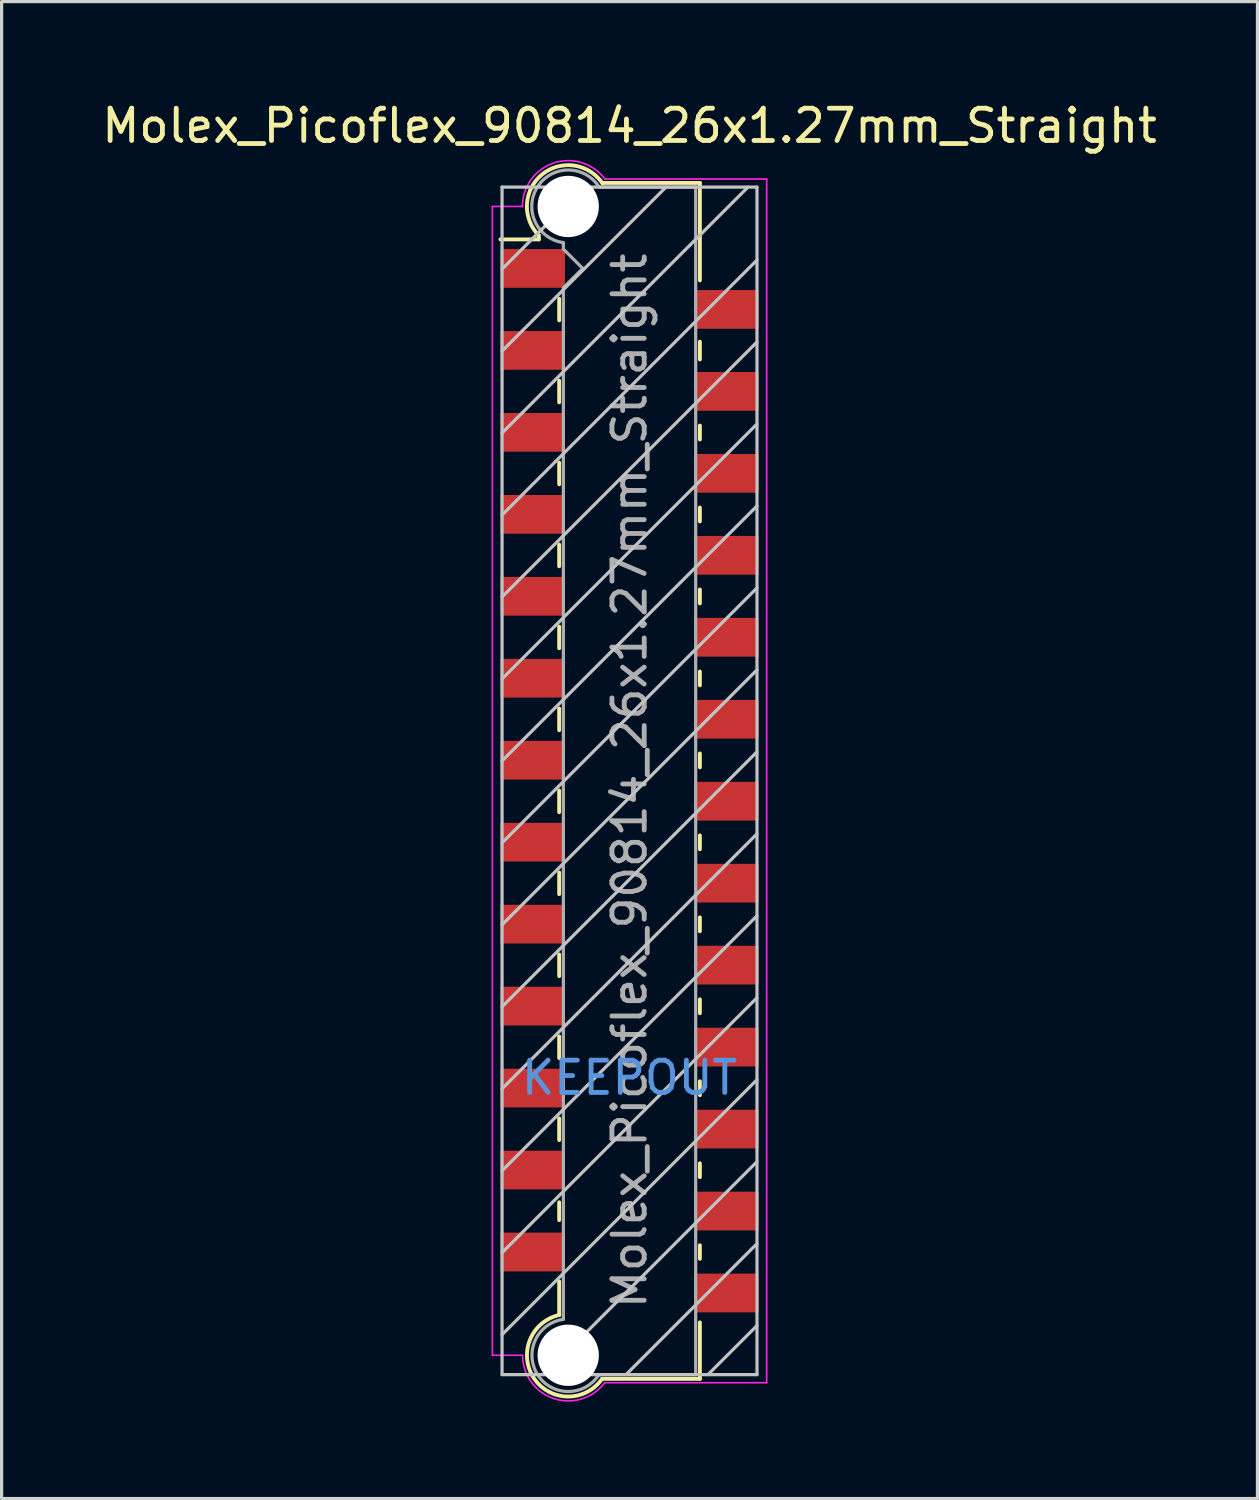
<source format=kicad_pcb>
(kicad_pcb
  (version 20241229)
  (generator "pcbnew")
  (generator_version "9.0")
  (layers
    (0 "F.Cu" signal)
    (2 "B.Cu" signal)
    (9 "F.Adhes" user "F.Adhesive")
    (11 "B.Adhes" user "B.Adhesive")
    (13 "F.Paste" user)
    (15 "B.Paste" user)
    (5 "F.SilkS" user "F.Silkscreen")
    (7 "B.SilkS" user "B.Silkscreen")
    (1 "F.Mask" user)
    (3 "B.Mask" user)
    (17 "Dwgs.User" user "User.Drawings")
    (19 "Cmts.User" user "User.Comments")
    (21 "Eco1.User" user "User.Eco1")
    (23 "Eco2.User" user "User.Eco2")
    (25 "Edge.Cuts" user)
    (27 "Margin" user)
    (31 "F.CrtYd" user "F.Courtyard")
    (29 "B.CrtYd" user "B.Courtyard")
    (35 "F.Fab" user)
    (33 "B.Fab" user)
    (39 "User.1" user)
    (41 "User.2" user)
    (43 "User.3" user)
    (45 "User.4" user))
  (footprint "Molex_Picoflex_90814_26x1.27mm_Straight"
    (layer "F.Cu")
    (at 16.458 21.148)
    (property "Reference" "Molex_Picoflex_90814_26x1.27mm_Straight" (at 0 -20.3 0) (layer "F.SilkS") (effects (font (size 1 1) (thickness 0.15))))
    (attr smd)
    (fp_line (start -2.81 -16.9) (end -2.81 -16.78) (stroke (width 0.12) (type solid)) (layer "F.SilkS"))
    (fp_line (start -2.81 -16.78) (end -4 -16.78) (stroke (width 0.12) (type solid)) (layer "F.SilkS"))
    (fp_line (start -2.18 -14.27) (end -2.18 -14.94) (stroke (width 0.12) (type solid)) (layer "F.SilkS"))
    (fp_line (start -2.18 -11.73) (end -2.18 -12.4) (stroke (width 0.12) (type solid)) (layer "F.SilkS"))
    (fp_line (start -2.18 -9.19) (end -2.18 -9.86) (stroke (width 0.12) (type solid)) (layer "F.SilkS"))
    (fp_line (start -2.18 -6.65) (end -2.18 -7.32) (stroke (width 0.12) (type solid)) (layer "F.SilkS"))
    (fp_line (start -2.18 -4.11) (end -2.18 -4.78) (stroke (width 0.12) (type solid)) (layer "F.SilkS"))
    (fp_line (start -2.18 -1.57) (end -2.18 -2.24) (stroke (width 0.12) (type solid)) (layer "F.SilkS"))
    (fp_line (start -2.18 0.97) (end -2.18 0.3) (stroke (width 0.12) (type solid)) (layer "F.SilkS"))
    (fp_line (start -2.18 3.51) (end -2.18 2.84) (stroke (width 0.12) (type solid)) (layer "F.SilkS"))
    (fp_line (start -2.18 6.05) (end -2.18 5.38) (stroke (width 0.12) (type solid)) (layer "F.SilkS"))
    (fp_line (start -2.18 8.59) (end -2.18 7.92) (stroke (width 0.12) (type solid)) (layer "F.SilkS"))
    (fp_line (start -2.18 11.13) (end -2.18 10.46) (stroke (width 0.12) (type solid)) (layer "F.SilkS"))
    (fp_line (start -2.18 13.61) (end -2.18 13.06) (stroke (width 0.12) (type solid)) (layer "F.SilkS"))
    (fp_line (start -2.18 16.55) (end -2.18 15.51) (stroke (width 0.12) (type solid)) (layer "F.SilkS"))
    (fp_line (start 2.18 -18.53) (end -0.82 -18.53) (stroke (width 0.12) (type solid)) (layer "F.SilkS"))
    (fp_line (start 2.18 -18.53) (end 2.18 -15.51) (stroke (width 0.12) (type solid)) (layer "F.SilkS"))
    (fp_line (start 2.18 -13.61) (end 2.18 -13.06) (stroke (width 0.12) (type solid)) (layer "F.SilkS"))
    (fp_line (start 2.18 -11.01) (end 2.18 -10.58) (stroke (width 0.12) (type solid)) (layer "F.SilkS"))
    (fp_line (start 2.18 -8.47) (end 2.18 -8.04) (stroke (width 0.12) (type solid)) (layer "F.SilkS"))
    (fp_line (start 2.18 -5.93) (end 2.18 -5.5) (stroke (width 0.12) (type solid)) (layer "F.SilkS"))
    (fp_line (start 2.18 -3.39) (end 2.18 -2.96) (stroke (width 0.12) (type solid)) (layer "F.SilkS"))
    (fp_line (start 2.18 -0.85) (end 2.18 -0.42) (stroke (width 0.12) (type solid)) (layer "F.SilkS"))
    (fp_line (start 2.18 1.69) (end 2.18 2.12) (stroke (width 0.12) (type solid)) (layer "F.SilkS"))
    (fp_line (start 2.18 4.23) (end 2.18 4.66) (stroke (width 0.12) (type solid)) (layer "F.SilkS"))
    (fp_line (start 2.18 6.77) (end 2.18 7.2) (stroke (width 0.12) (type solid)) (layer "F.SilkS"))
    (fp_line (start 2.18 9.31) (end 2.18 9.74) (stroke (width 0.12) (type solid)) (layer "F.SilkS"))
    (fp_line (start 2.18 11.85) (end 2.18 12.28) (stroke (width 0.12) (type solid)) (layer "F.SilkS"))
    (fp_line (start 2.18 14.39) (end 2.18 14.81) (stroke (width 0.12) (type solid)) (layer "F.SilkS"))
    (fp_line (start 2.18 16.78) (end 2.18 18.53) (stroke (width 0.12) (type solid)) (layer "F.SilkS"))
    (fp_line (start 2.18 18.53) (end -0.85 18.53) (stroke (width 0.12) (type solid)) (layer "F.SilkS"))
    (fp_arc (start -2.81 -16.9) (mid -2.708637 -18.792072) (end -0.834991 -18.509828) (stroke (width 0.12) (type solid)) (layer "F.SilkS"))
    (fp_arc (start -0.85 18.53) (mid -2.962791 18.511248) (end -2.174424 16.550964) (stroke (width 0.12) (type solid)) (layer "F.SilkS"))
    (fp_line (start -3.95 -18.4) (end -3.95 18.4) (stroke (width 0.1) (type solid)) (layer "Dwgs.User"))
    (fp_line (start -3.95 -15.86) (end -1.41 -18.4) (stroke (width 0.1) (type solid)) (layer "Dwgs.User"))
    (fp_line (start -3.95 -13.32) (end 1.13 -18.4) (stroke (width 0.1) (type solid)) (layer "Dwgs.User"))
    (fp_line (start -3.95 -10.78) (end 3.67 -18.4) (stroke (width 0.1) (type solid)) (layer "Dwgs.User"))
    (fp_line (start -3.95 -8.24) (end 3.95 -16.14) (stroke (width 0.1) (type solid)) (layer "Dwgs.User"))
    (fp_line (start -3.95 -5.7) (end 3.95 -13.6) (stroke (width 0.1) (type solid)) (layer "Dwgs.User"))
    (fp_line (start -3.95 -3.16) (end 3.95 -11.06) (stroke (width 0.1) (type solid)) (layer "Dwgs.User"))
    (fp_line (start -3.95 -0.62) (end 3.95 -8.52) (stroke (width 0.1) (type solid)) (layer "Dwgs.User"))
    (fp_line (start -3.95 1.92) (end 3.95 -5.98) (stroke (width 0.1) (type solid)) (layer "Dwgs.User"))
    (fp_line (start -3.95 4.46) (end 3.95 -3.44) (stroke (width 0.1) (type solid)) (layer "Dwgs.User"))
    (fp_line (start -3.95 7) (end 3.95 -0.9) (stroke (width 0.1) (type solid)) (layer "Dwgs.User"))
    (fp_line (start -3.95 9.54) (end 3.95 1.64) (stroke (width 0.1) (type solid)) (layer "Dwgs.User"))
    (fp_line (start -3.95 12.08) (end 3.95 4.18) (stroke (width 0.1) (type solid)) (layer "Dwgs.User"))
    (fp_line (start -3.95 14.62) (end 3.95 6.72) (stroke (width 0.1) (type solid)) (layer "Dwgs.User"))
    (fp_line (start -3.95 17.16) (end 3.95 9.26) (stroke (width 0.1) (type solid)) (layer "Dwgs.User"))
    (fp_line (start -3.95 18.4) (end 3.95 18.4) (stroke (width 0.1) (type solid)) (layer "Dwgs.User"))
    (fp_line (start -2.65 18.4) (end 3.95 11.8) (stroke (width 0.1) (type solid)) (layer "Dwgs.User"))
    (fp_line (start -0.11 18.4) (end 3.95 14.34) (stroke (width 0.1) (type solid)) (layer "Dwgs.User"))
    (fp_line (start 2.43 18.4) (end 3.95 16.88) (stroke (width 0.1) (type solid)) (layer "Dwgs.User"))
    (fp_line (start 3.95 -18.4) (end -3.95 -18.4) (stroke (width 0.1) (type solid)) (layer "Dwgs.User"))
    (fp_line (start 3.95 18.4) (end 3.95 -18.4) (stroke (width 0.1) (type solid)) (layer "Dwgs.User"))
    (fp_line (start -4.25 17.8) (end -4.25 -17.8) (stroke (width 0.05) (type solid)) (layer "F.CrtYd"))
    (fp_line (start -3.32 -17.8) (end -4.25 -17.8) (stroke (width 0.05) (type solid)) (layer "F.CrtYd"))
    (fp_line (start -3.32 17.8) (end -4.25 17.8) (stroke (width 0.05) (type solid)) (layer "F.CrtYd"))
    (fp_line (start 4.25 -18.65) (end -0.76 -18.65) (stroke (width 0.05) (type solid)) (layer "F.CrtYd"))
    (fp_line (start 4.25 -18.65) (end 4.25 18.65) (stroke (width 0.05) (type solid)) (layer "F.CrtYd"))
    (fp_line (start 4.25 18.65) (end -0.77 18.65) (stroke (width 0.05) (type solid)) (layer "F.CrtYd"))
    (fp_arc (start -3.32 -17.8) (mid -2.344692 -19.148573) (end -0.758523 -18.644648) (stroke (width 0.05) (type solid)) (layer "F.CrtYd"))
    (fp_arc (start -0.77 18.65) (mid -2.348691 19.140924) (end -3.314001 17.798743) (stroke (width 0.05) (type solid)) (layer "F.CrtYd"))
    (fp_line (start -2.05 -16.48) (end -2.05 -16.68) (stroke (width 0.1) (type solid)) (layer "F.Fab"))
    (fp_line (start -2.05 -15.28) (end -1.45 -15.88) (stroke (width 0.1) (type solid)) (layer "F.Fab"))
    (fp_line (start -2.05 16.68) (end -2.05 -15.28) (stroke (width 0.1) (type solid)) (layer "F.Fab"))
    (fp_line (start -1.45 -15.88) (end -2.05 -16.48) (stroke (width 0.1) (type solid)) (layer "F.Fab"))
    (fp_line (start 2.05 -18.4) (end -0.93 -18.4) (stroke (width 0.1) (type solid)) (layer "F.Fab"))
    (fp_line (start 2.05 -18.4) (end 2.05 18.4) (stroke (width 0.1) (type solid)) (layer "F.Fab"))
    (fp_line (start 2.05 18.4) (end -0.95 18.4) (stroke (width 0.1) (type solid)) (layer "F.Fab"))
    (fp_arc (start -2.05 -16.68) (mid -2.851672 -18.409279) (end -0.945612 -18.405015) (stroke (width 0.1) (type solid)) (layer "F.Fab"))
    (fp_arc (start -0.95 18.4) (mid -2.845272 18.407422) (end -2.051022 16.686585) (stroke (width 0.1) (type solid)) (layer "F.Fab"))
    (fp_text user "KEEPOUT" (at 0 9.2 0) (layer "Cmts.User") (effects (font (size 1 1) (thickness 0.15))))
    (fp_text user "${REFERENCE}" (at 0 0 90) (layer "F.Fab") (effects (font (size 1 1) (thickness 0.15))))
    (pad "" np_thru_hole circle (at -1.9 -17.8) (size 1.9 1.9) (drill 1.9) (layers "*.Cu"))
    (pad "" np_thru_hole circle (at -1.9 17.8) (size 1.9 1.9) (drill 1.9) (layers "*.Cu"))
    (pad "1" smd rect (at -3 -15.88) (size 2 1.2) (layers "F.Cu" "F.Mask" "F.Paste"))
    (pad "2" smd rect (at 3 -14.61) (size 2 1.2) (layers "F.Cu" "F.Mask" "F.Paste"))
    (pad "3" smd rect (at -3 -13.34) (size 2 1.2) (layers "F.Cu" "F.Mask" "F.Paste"))
    (pad "4" smd rect (at 3 -12.07) (size 2 1.2) (layers "F.Cu" "F.Mask" "F.Paste"))
    (pad "5" smd rect (at -3 -10.8) (size 2 1.2) (layers "F.Cu" "F.Mask" "F.Paste"))
    (pad "6" smd rect (at 3 -9.53) (size 2 1.2) (layers "F.Cu" "F.Mask" "F.Paste"))
    (pad "7" smd rect (at -3 -8.26) (size 2 1.2) (layers "F.Cu" "F.Mask" "F.Paste"))
    (pad "8" smd rect (at 3 -6.99) (size 2 1.2) (layers "F.Cu" "F.Mask" "F.Paste"))
    (pad "9" smd rect (at -3 -5.72) (size 2 1.2) (layers "F.Cu" "F.Mask" "F.Paste"))
    (pad "10" smd rect (at 3 -4.45) (size 2 1.2) (layers "F.Cu" "F.Mask" "F.Paste"))
    (pad "11" smd rect (at -3 -3.18) (size 2 1.2) (layers "F.Cu" "F.Mask" "F.Paste"))
    (pad "12" smd rect (at 3 -1.91) (size 2 1.2) (layers "F.Cu" "F.Mask" "F.Paste"))
    (pad "13" smd rect (at -3 -0.64) (size 2 1.2) (layers "F.Cu" "F.Mask" "F.Paste"))
    (pad "14" smd rect (at 3 0.63) (size 2 1.2) (layers "F.Cu" "F.Mask" "F.Paste"))
    (pad "15" smd rect (at -3 1.9) (size 2 1.2) (layers "F.Cu" "F.Mask" "F.Paste"))
    (pad "16" smd rect (at 3 3.17) (size 2 1.2) (layers "F.Cu" "F.Mask" "F.Paste"))
    (pad "17" smd rect (at -3 4.44) (size 2 1.2) (layers "F.Cu" "F.Mask" "F.Paste"))
    (pad "18" smd rect (at 3 5.71) (size 2 1.2) (layers "F.Cu" "F.Mask" "F.Paste"))
    (pad "19" smd rect (at -3 6.98) (size 2 1.2) (layers "F.Cu" "F.Mask" "F.Paste"))
    (pad "20" smd rect (at 3 8.25) (size 2 1.2) (layers "F.Cu" "F.Mask" "F.Paste"))
    (pad "21" smd rect (at -3 9.52) (size 2 1.2) (layers "F.Cu" "F.Mask" "F.Paste"))
    (pad "22" smd rect (at 3 10.79) (size 2 1.2) (layers "F.Cu" "F.Mask" "F.Paste"))
    (pad "23" smd rect (at -3 12.06) (size 2 1.2) (layers "F.Cu" "F.Mask" "F.Paste"))
    (pad "24" smd rect (at 3 13.33) (size 2 1.2) (layers "F.Cu" "F.Mask" "F.Paste"))
    (pad "25" smd rect (at -3 14.6) (size 2 1.2) (layers "F.Cu" "F.Mask" "F.Paste"))
    (pad "26" smd rect (at 3 15.87) (size 2 1.2) (layers "F.Cu" "F.Mask" "F.Paste")))
  (gr_rect
    (start -3 -3)
    (end 35.917 43.387)
    (stroke (width 0.1) (type default))
    (fill no)
    (layer "Edge.Cuts")))
</source>
